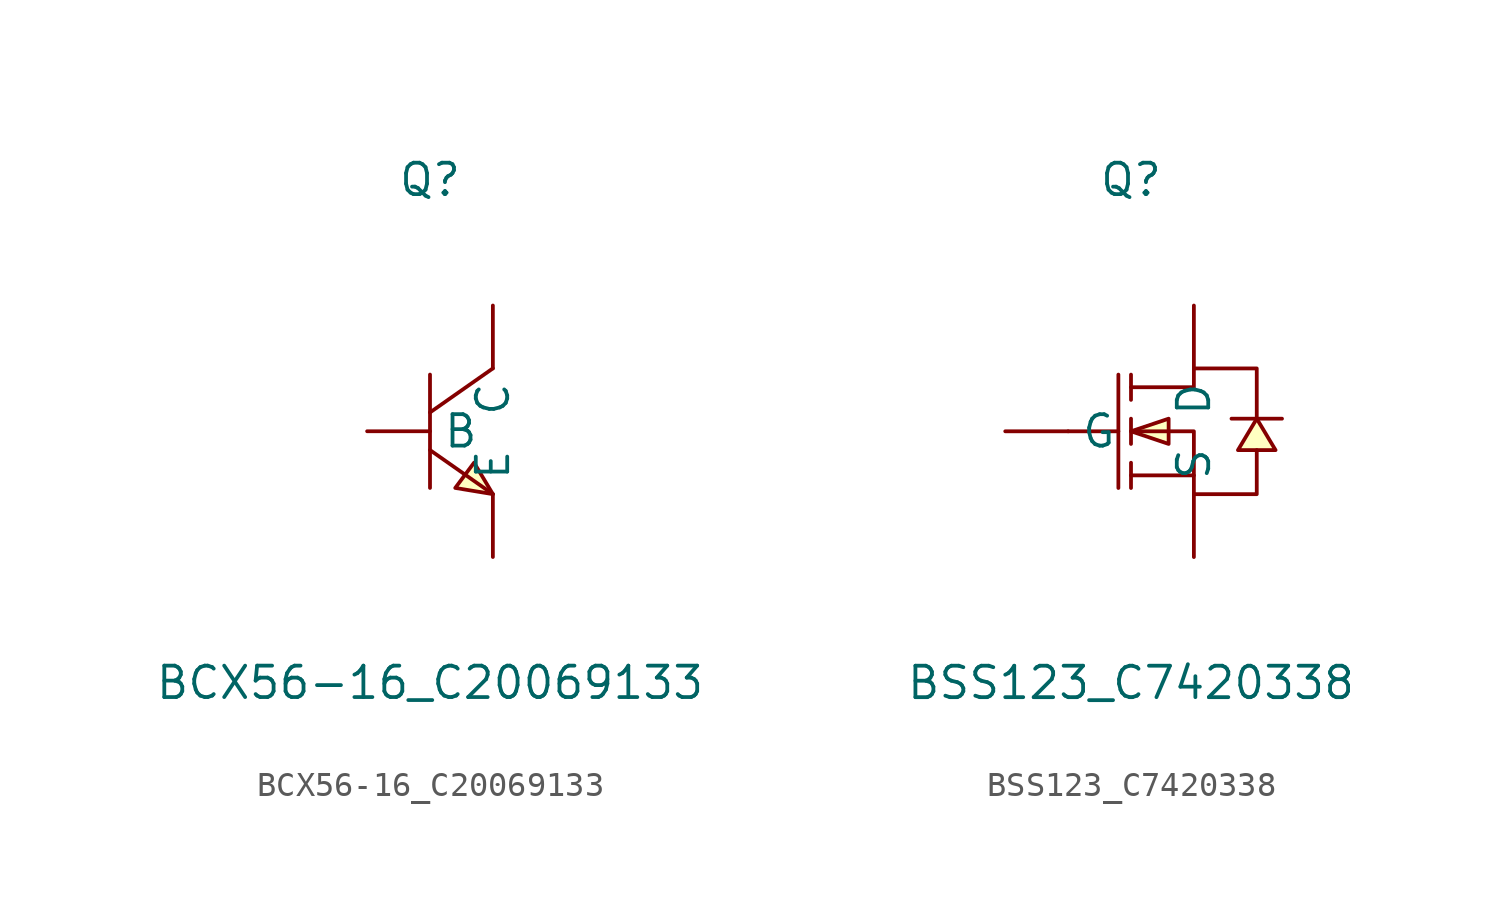
<source format=kicad_sym>
(kicad_symbol_lib
  (version 20241209)
  (generator "kicad_symbol_editor")
  (generator_version "9.0")
  (symbol "BCX56-16_C20069133"
    (pin_numbers
      (hide yes))
    (property "Reference" "Q"
      (at 0 10.16 0)
      (effects (font (size 1.27 1.27))))
    (property "Value" "BCX56-16_C20069133"
      (at 0 -10.16 0)
      (effects (font (size 1.27 1.27))))
    (symbol "BCX56-16_C20069133_0_1"
      (polyline (pts (xy 0 2.29) (xy 0 -2.29)) (stroke (width 0) (type default)) (fill (type none)))
      (polyline (pts (xy 0 -0.76) (xy 2.54 -2.54)) (stroke (width 0) (type default)) (fill (type none)))
      (polyline (pts (xy 2.54 2.54) (xy 0 0.76)) (stroke (width 0) (type default)) (fill (type none)))
      (polyline (pts (xy 2.54 -2.54) (xy 1.78 -1.27) (xy 1.02 -2.29) (xy 2.54 -2.54)) (stroke (width 0) (type default)) (fill (type background)))
      (pin input line (at -2.54 0 0) (length 2.54) (name "B" (effects (font (size 1.27 1.27)))) (number "1" (effects (font (size 1.27 1.27)))))
      (pin input line (at 2.54 5.08 270) (length 2.54) (name "C" (effects (font (size 1.27 1.27)))) (number "2" (effects (font (size 1.27 1.27)))))
      (pin input line (at 2.54 -5.08 90) (length 2.54) (name "E" (effects (font (size 1.27 1.27)))) (number "3" (effects (font (size 1.27 1.27)))))))
  (symbol "BSS123_C7420338"
    (pin_numbers
      (hide yes))
    (property "Reference" "Q"
      (at 0 10.16 0)
      (effects (font (size 1.27 1.27))))
    (property "Value" "BSS123_C7420338"
      (at 0 -10.16 0)
      (effects (font (size 1.27 1.27))))
    (symbol "BSS123_C7420338_0_1"
      (polyline (pts (xy -2.54 0) (xy -0.51 0)) (stroke (width 0) (type default)) (fill (type none)))
      (polyline (pts (xy -0.51 2.29) (xy -0.51 -2.29)) (stroke (width 0) (type default)) (fill (type none)))
      (polyline (pts (xy 0 2.29) (xy 0 1.27)) (stroke (width 0) (type default)) (fill (type none)))
      (polyline (pts (xy 0 1.78) (xy 2.54 1.78) (xy 2.54 2.54) (xy 5.08 2.54) (xy 5.08 0.51)) (stroke (width 0) (type default)) (fill (type none)))
      (polyline (pts (xy 0 0) (xy 1.52 0.51) (xy 1.52 -0.51) (xy 0 0)) (stroke (width 0) (type default)) (fill (type background)))
      (polyline (pts (xy 0 0) (xy 2.54 0) (xy 2.54 -2.54) (xy 5.08 -2.54) (xy 5.08 -0.76)) (stroke (width 0) (type default)) (fill (type none)))
      (polyline (pts (xy 0 -0.51) (xy 0 0.51)) (stroke (width 0) (type default)) (fill (type none)))
      (polyline (pts (xy 0 -2.29) (xy 0 -1.27)) (stroke (width 0) (type default)) (fill (type none)))
      (polyline (pts (xy 2.54 -1.78) (xy 0 -1.78)) (stroke (width 0) (type default)) (fill (type none)))
      (polyline (pts (xy 5.08 0.51) (xy 4.32 -0.76) (xy 5.84 -0.76) (xy 5.08 0.51)) (stroke (width 0) (type default)) (fill (type background)))
      (polyline (pts (xy 6.1 0.51) (xy 5.59 0.51) (xy 4.57 0.51) (xy 4.06 0.51)) (stroke (width 0) (type default)) (fill (type none)))
      (pin unspecified line (at -5.08 0 0) (length 2.54) (name "G" (effects (font (size 1.27 1.27)))) (number "1" (effects (font (size 1.27 1.27)))))
      (pin unspecified line (at 2.54 5.08 270) (length 2.54) (name "D" (effects (font (size 1.27 1.27)))) (number "3" (effects (font (size 1.27 1.27)))))
      (pin unspecified line (at 2.54 -5.08 90) (length 2.54) (name "S" (effects (font (size 1.27 1.27)))) (number "2" (effects (font (size 1.27 1.27))))))))
</source>
